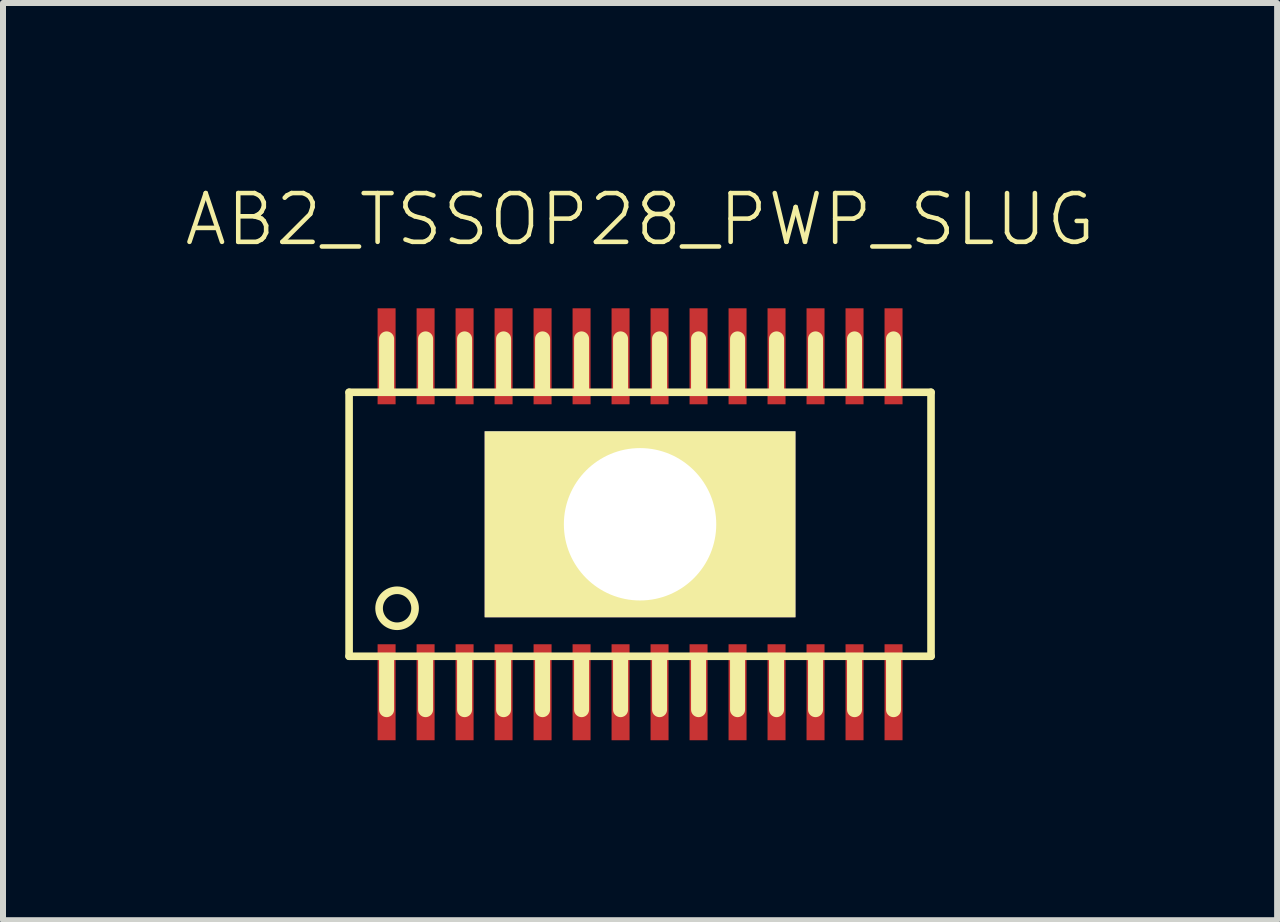
<source format=kicad_pcb>
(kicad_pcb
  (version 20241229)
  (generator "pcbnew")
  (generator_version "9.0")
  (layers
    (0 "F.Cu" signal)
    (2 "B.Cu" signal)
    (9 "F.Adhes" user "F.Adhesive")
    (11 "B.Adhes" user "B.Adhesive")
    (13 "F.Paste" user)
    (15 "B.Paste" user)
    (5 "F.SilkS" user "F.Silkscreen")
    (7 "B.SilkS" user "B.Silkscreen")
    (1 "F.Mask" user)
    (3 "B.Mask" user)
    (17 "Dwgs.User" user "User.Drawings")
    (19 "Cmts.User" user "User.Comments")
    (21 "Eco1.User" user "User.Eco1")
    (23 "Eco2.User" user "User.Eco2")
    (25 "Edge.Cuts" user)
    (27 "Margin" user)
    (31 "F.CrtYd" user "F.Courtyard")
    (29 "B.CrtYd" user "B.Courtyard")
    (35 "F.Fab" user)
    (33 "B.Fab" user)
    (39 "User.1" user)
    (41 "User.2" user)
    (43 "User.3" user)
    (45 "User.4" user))
  (footprint "AB2_TSSOP28_PWP_SLUG"
    (layer "F.Cu")
    (at 7.619 5.689)
    (property "Reference" "AB2_TSSOP28_PWP_SLUG" (at 0 -5.08 0) (layer "F.SilkS") (effects (font (size 0.813 0.813) (thickness 0.076))))
    (attr through_hole)
    (fp_line (start -4.85 -2.2) (end 4.85 -2.2) (stroke (width 0.127) (type solid)) (layer "F.SilkS"))
    (fp_line (start -4.85 2.2) (end -4.85 -2.2) (stroke (width 0.127) (type solid)) (layer "F.SilkS"))
    (fp_line (start -4.225 -2.27) (end -4.225 -3.09) (stroke (width 0.25) (type solid)) (layer "F.SilkS"))
    (fp_line (start -4.225 2.27) (end -4.225 3.09) (stroke (width 0.25) (type solid)) (layer "F.SilkS"))
    (fp_line (start -3.575 -2.27) (end -3.575 -3.09) (stroke (width 0.25) (type solid)) (layer "F.SilkS"))
    (fp_line (start -3.575 2.27) (end -3.575 3.09) (stroke (width 0.25) (type solid)) (layer "F.SilkS"))
    (fp_line (start -2.925 -2.27) (end -2.925 -3.09) (stroke (width 0.25) (type solid)) (layer "F.SilkS"))
    (fp_line (start -2.925 2.27) (end -2.925 3.09) (stroke (width 0.25) (type solid)) (layer "F.SilkS"))
    (fp_line (start -2.275 -2.27) (end -2.275 -3.09) (stroke (width 0.25) (type solid)) (layer "F.SilkS"))
    (fp_line (start -2.275 2.27) (end -2.275 3.09) (stroke (width 0.25) (type solid)) (layer "F.SilkS"))
    (fp_line (start -1.625 -2.27) (end -1.625 -3.09) (stroke (width 0.25) (type solid)) (layer "F.SilkS"))
    (fp_line (start -1.625 2.27) (end -1.625 3.09) (stroke (width 0.25) (type solid)) (layer "F.SilkS"))
    (fp_line (start -0.975 -2.27) (end -0.975 -3.09) (stroke (width 0.25) (type solid)) (layer "F.SilkS"))
    (fp_line (start -0.975 2.27) (end -0.975 3.09) (stroke (width 0.25) (type solid)) (layer "F.SilkS"))
    (fp_line (start -0.325 -2.27) (end -0.325 -3.09) (stroke (width 0.25) (type solid)) (layer "F.SilkS"))
    (fp_line (start -0.325 2.27) (end -0.325 3.09) (stroke (width 0.25) (type solid)) (layer "F.SilkS"))
    (fp_line (start 0.325 -2.27) (end 0.325 -3.09) (stroke (width 0.25) (type solid)) (layer "F.SilkS"))
    (fp_line (start 0.325 2.27) (end 0.325 3.09) (stroke (width 0.25) (type solid)) (layer "F.SilkS"))
    (fp_line (start 0.975 -2.27) (end 0.975 -3.09) (stroke (width 0.25) (type solid)) (layer "F.SilkS"))
    (fp_line (start 0.975 2.27) (end 0.975 3.09) (stroke (width 0.25) (type solid)) (layer "F.SilkS"))
    (fp_line (start 1.625 -2.27) (end 1.625 -3.09) (stroke (width 0.25) (type solid)) (layer "F.SilkS"))
    (fp_line (start 1.625 2.27) (end 1.625 3.09) (stroke (width 0.25) (type solid)) (layer "F.SilkS"))
    (fp_line (start 2.275 -2.27) (end 2.275 -3.09) (stroke (width 0.25) (type solid)) (layer "F.SilkS"))
    (fp_line (start 2.275 2.27) (end 2.275 3.09) (stroke (width 0.25) (type solid)) (layer "F.SilkS"))
    (fp_line (start 2.925 -2.27) (end 2.925 -3.09) (stroke (width 0.25) (type solid)) (layer "F.SilkS"))
    (fp_line (start 2.925 2.27) (end 2.925 3.09) (stroke (width 0.25) (type solid)) (layer "F.SilkS"))
    (fp_line (start 3.575 -2.27) (end 3.575 -3.09) (stroke (width 0.25) (type solid)) (layer "F.SilkS"))
    (fp_line (start 3.575 2.27) (end 3.575 3.09) (stroke (width 0.25) (type solid)) (layer "F.SilkS"))
    (fp_line (start 4.225 -2.27) (end 4.225 -3.09) (stroke (width 0.25) (type solid)) (layer "F.SilkS"))
    (fp_line (start 4.225 2.27) (end 4.225 3.09) (stroke (width 0.25) (type solid)) (layer "F.SilkS"))
    (fp_line (start 4.85 -2.2) (end 4.85 2.2) (stroke (width 0.127) (type solid)) (layer "F.SilkS"))
    (fp_line (start 4.85 2.2) (end -4.85 2.2) (stroke (width 0.127) (type solid)) (layer "F.SilkS"))
    (fp_circle (center -4.05 1.4) (end -4.05 1.1) (stroke (width 0.127) (type solid)) (fill no) (layer "F.SilkS"))
    (pad "1" smd rect (at -4.225 2.8) (size 0.3 1.6) (layers "F.Cu" "F.Mask" "F.Paste"))
    (pad "2" smd rect (at -3.575 2.8) (size 0.3 1.6) (layers "F.Cu" "F.Mask" "F.Paste"))
    (pad "3" smd rect (at -2.925 2.8) (size 0.3 1.6) (layers "F.Cu" "F.Mask" "F.Paste"))
    (pad "4" smd rect (at -2.275 2.8) (size 0.3 1.6) (layers "F.Cu" "F.Mask" "F.Paste"))
    (pad "5" smd rect (at -1.625 2.8) (size 0.3 1.6) (layers "F.Cu" "F.Mask" "F.Paste"))
    (pad "6" smd rect (at -0.975 2.8) (size 0.3 1.6) (layers "F.Cu" "F.Mask" "F.Paste"))
    (pad "7" smd rect (at -0.325 2.8) (size 0.3 1.6) (layers "F.Cu" "F.Mask" "F.Paste"))
    (pad "8" smd rect (at 0.325 2.8) (size 0.3 1.6) (layers "F.Cu" "F.Mask" "F.Paste"))
    (pad "9" smd rect (at 0.975 2.8) (size 0.3 1.6) (layers "F.Cu" "F.Mask" "F.Paste"))
    (pad "10" smd rect (at 1.625 2.8) (size 0.3 1.6) (layers "F.Cu" "F.Mask" "F.Paste"))
    (pad "11" smd rect (at 2.275 2.8) (size 0.3 1.6) (layers "F.Cu" "F.Mask" "F.Paste"))
    (pad "12" smd rect (at 2.925 2.8) (size 0.3 1.6) (layers "F.Cu" "F.Mask" "F.Paste"))
    (pad "13" smd rect (at 3.575 2.8) (size 0.3 1.6) (layers "F.Cu" "F.Mask" "F.Paste"))
    (pad "14" smd rect (at 4.225 2.8) (size 0.3 1.6) (layers "F.Cu" "F.Mask" "F.Paste"))
    (pad "15" smd rect (at 4.225 -2.8) (size 0.3 1.6) (layers "F.Cu" "F.Mask" "F.Paste"))
    (pad "16" smd rect (at 3.575 -2.8) (size 0.3 1.6) (layers "F.Cu" "F.Mask" "F.Paste"))
    (pad "17" smd rect (at 2.925 -2.8) (size 0.3 1.6) (layers "F.Cu" "F.Mask" "F.Paste"))
    (pad "18" smd rect (at 2.275 -2.8) (size 0.3 1.6) (layers "F.Cu" "F.Mask" "F.Paste"))
    (pad "19" smd rect (at 1.625 -2.8) (size 0.3 1.6) (layers "F.Cu" "F.Mask" "F.Paste"))
    (pad "20" smd rect (at 0.975 -2.8) (size 0.3 1.6) (layers "F.Cu" "F.Mask" "F.Paste"))
    (pad "21" smd rect (at 0.325 -2.8) (size 0.3 1.6) (layers "F.Cu" "F.Mask" "F.Paste"))
    (pad "22" smd rect (at -0.325 -2.8) (size 0.3 1.6) (layers "F.Cu" "F.Mask" "F.Paste"))
    (pad "23" smd rect (at -0.975 -2.8) (size 0.3 1.6) (layers "F.Cu" "F.Mask" "F.Paste"))
    (pad "24" smd rect (at -1.625 -2.8) (size 0.3 1.6) (layers "F.Cu" "F.Mask" "F.Paste"))
    (pad "25" smd rect (at -2.275 -2.8) (size 0.3 1.6) (layers "F.Cu" "F.Mask" "F.Paste"))
    (pad "26" smd rect (at -2.925 -2.8) (size 0.3 1.6) (layers "F.Cu" "F.Mask" "F.Paste"))
    (pad "27" smd rect (at -3.575 -2.8) (size 0.3 1.6) (layers "F.Cu" "F.Mask" "F.Paste"))
    (pad "28" smd rect (at -4.225 -2.8) (size 0.3 1.6) (layers "F.Cu" "F.Mask" "F.Paste"))
    (pad "PWP" thru_hole rect (at 0 0) (size 5.18 3.1) (drill 2.54) (layers "*.Cu" "*.Mask" "F.SilkS")))
  (gr_rect
    (start -3 -3)
    (end 18.238 12.289)
    (stroke (width 0.1) (type default))
    (fill no)
    (layer "Edge.Cuts")))
</source>
